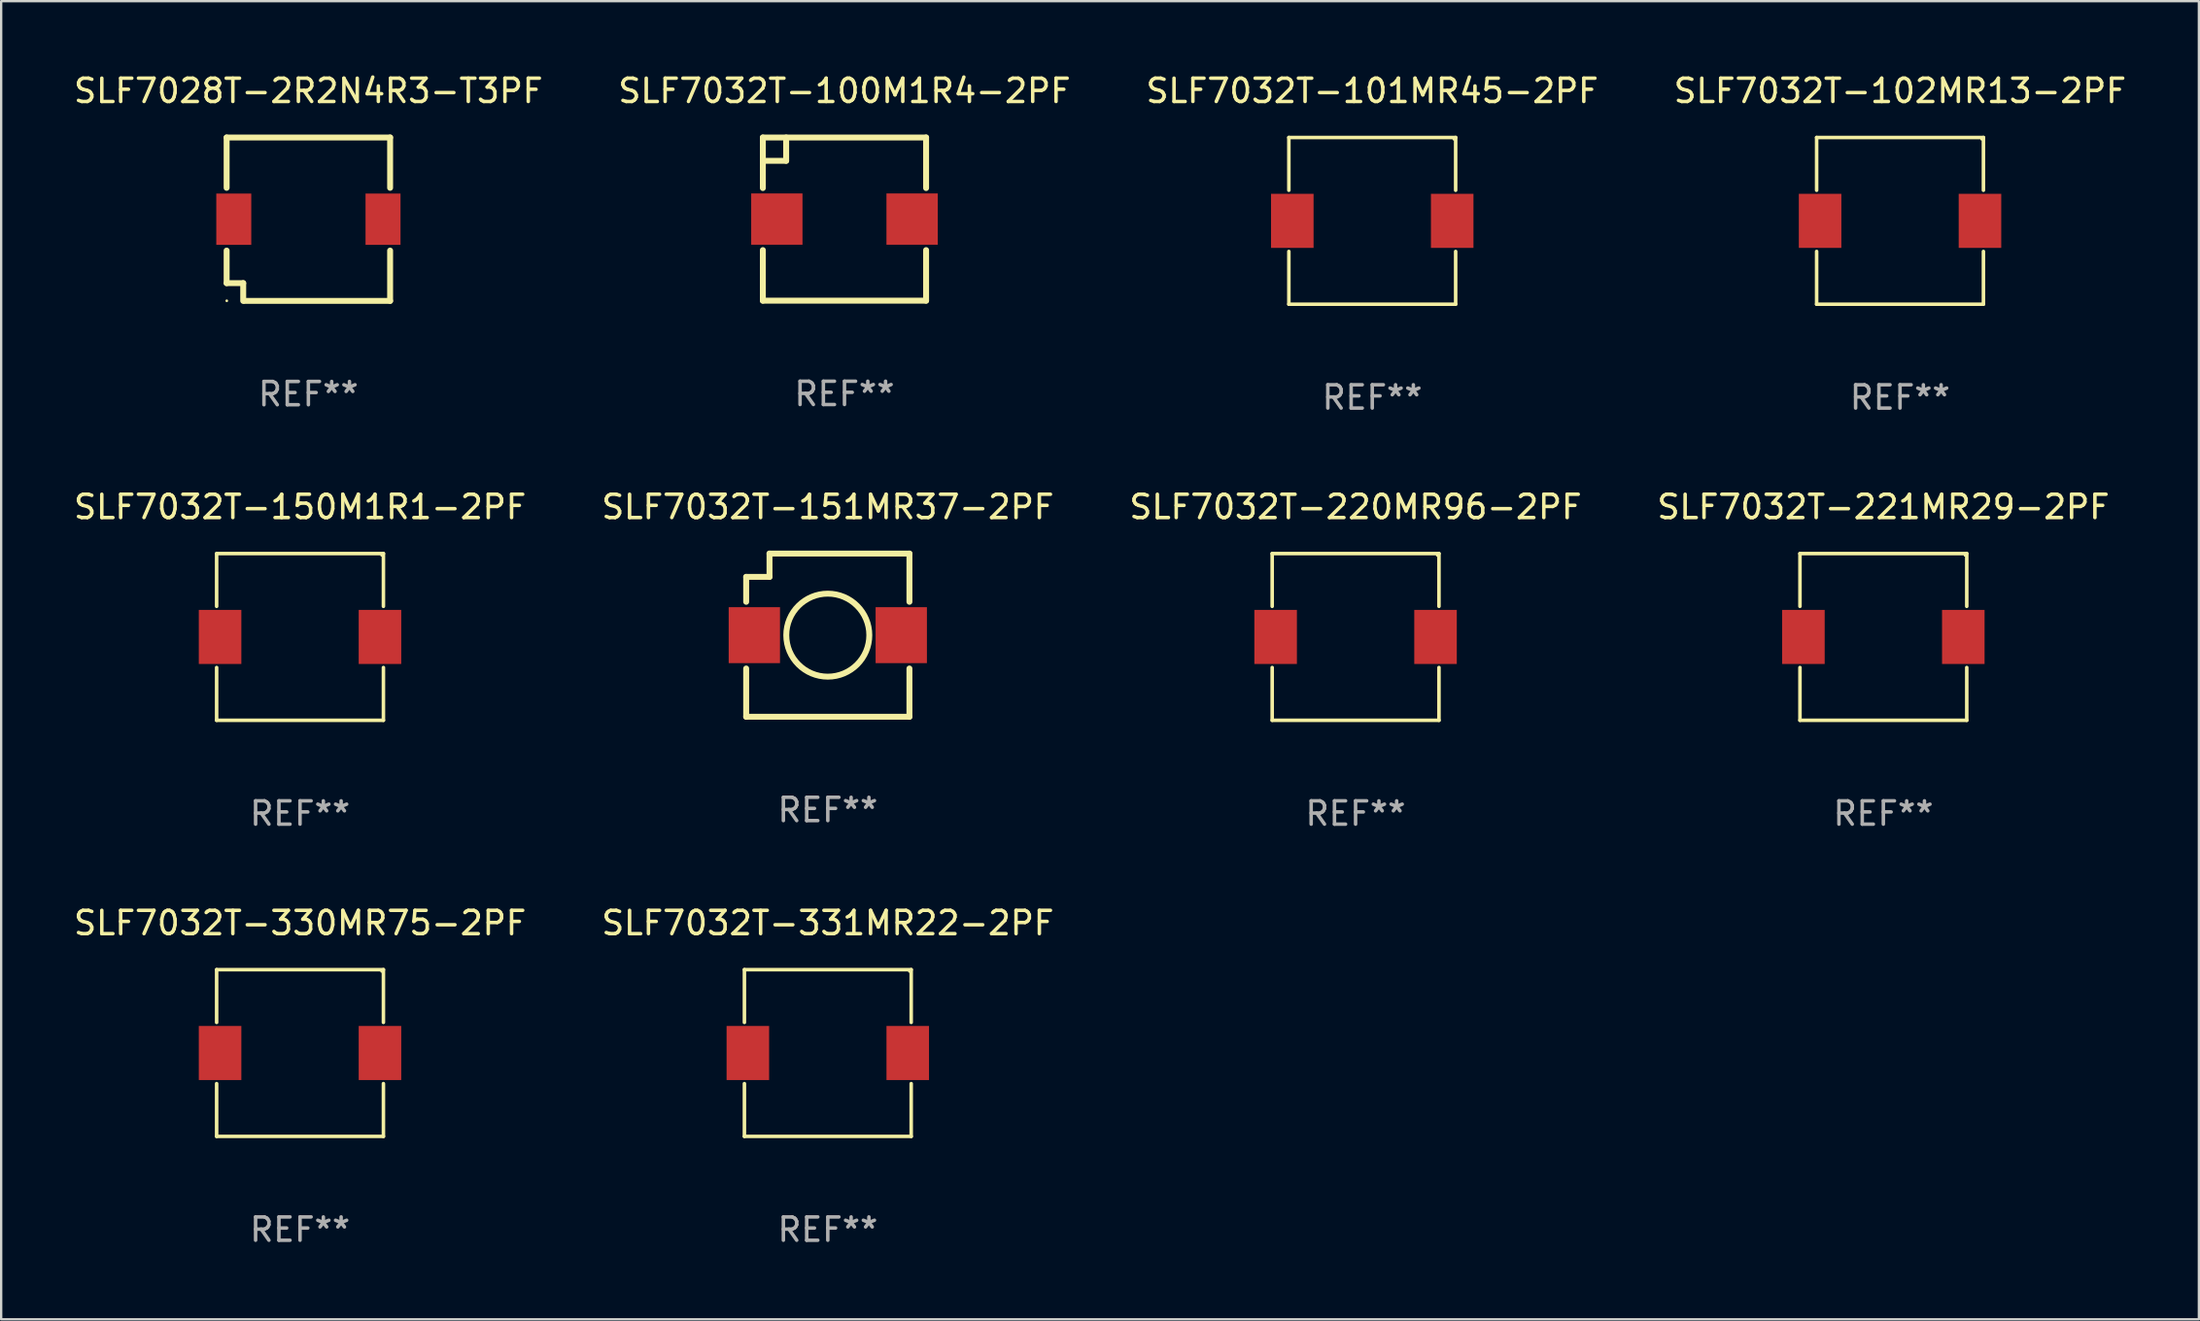
<source format=kicad_pcb>
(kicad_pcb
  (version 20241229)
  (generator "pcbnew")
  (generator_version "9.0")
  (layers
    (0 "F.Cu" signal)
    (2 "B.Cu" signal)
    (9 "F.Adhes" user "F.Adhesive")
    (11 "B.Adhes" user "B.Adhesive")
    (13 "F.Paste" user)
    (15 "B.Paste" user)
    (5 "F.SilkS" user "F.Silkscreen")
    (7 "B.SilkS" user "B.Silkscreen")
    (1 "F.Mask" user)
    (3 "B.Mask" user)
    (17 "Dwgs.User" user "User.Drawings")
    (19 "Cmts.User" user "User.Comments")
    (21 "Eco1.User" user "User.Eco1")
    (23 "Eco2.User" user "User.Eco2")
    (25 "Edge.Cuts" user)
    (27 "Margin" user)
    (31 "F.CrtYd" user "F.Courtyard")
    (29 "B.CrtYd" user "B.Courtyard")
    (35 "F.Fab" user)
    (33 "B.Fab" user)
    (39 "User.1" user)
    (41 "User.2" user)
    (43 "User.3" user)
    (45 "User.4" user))
  (footprint "SLF7032T-220MR96-2PF"
    (layer "F.Cu")
    (at 55.077 24.273)
    (property "Reference" "SLF7032T-220MR96-2PF" (at 0 -5.576 0) (layer "F.SilkS") (effects (font (size 1 1) (thickness 0.15))))
    (attr through_hole)
    (fp_line (start -3.576 -3.576) (end 3.576 -3.576) (stroke (width 0.152) (type solid)) (layer "F.SilkS"))
    (fp_line (start -3.576 -1.312) (end -3.576 -3.576) (stroke (width 0.152) (type solid)) (layer "F.SilkS"))
    (fp_line (start -3.576 1.312) (end -3.576 3.576) (stroke (width 0.152) (type solid)) (layer "F.SilkS"))
    (fp_line (start -3.576 3.576) (end 3.576 3.576) (stroke (width 0.152) (type solid)) (layer "F.SilkS"))
    (fp_line (start 3.576 -3.576) (end 3.576 -1.312) (stroke (width 0.152) (type solid)) (layer "F.SilkS"))
    (fp_line (start 3.576 3.576) (end 3.576 1.312) (stroke (width 0.152) (type solid)) (layer "F.SilkS"))
    (fp_circle (center 3.5 -3.5) (end 3.53 -3.5) (stroke (width 0.06) (type solid)) (fill no) (layer "F.SilkS"))
    (fp_text user "REF**" (at 0 7.576 0) (layer "F.Fab") (effects (font (size 1 1) (thickness 0.15))))
    (pad "1" smd rect (at 3.428 0) (size 1.824 2.32) (layers "F.Cu" "F.Mask" "F.Paste"))
    (pad "2" smd rect (at -3.428 0) (size 1.824 2.32) (layers "F.Cu" "F.Mask" "F.Paste")))
  (footprint "SLF7032T-101MR45-2PF"
    (layer "F.Cu")
    (at 55.792 6.424)
    (property "Reference" "SLF7032T-101MR45-2PF" (at 0 -5.576 0) (layer "F.SilkS") (effects (font (size 1 1) (thickness 0.15))))
    (attr through_hole)
    (fp_line (start -3.576 -3.576) (end 3.576 -3.576) (stroke (width 0.152) (type solid)) (layer "F.SilkS"))
    (fp_line (start -3.576 -1.312) (end -3.576 -3.576) (stroke (width 0.152) (type solid)) (layer "F.SilkS"))
    (fp_line (start -3.576 1.312) (end -3.576 3.576) (stroke (width 0.152) (type solid)) (layer "F.SilkS"))
    (fp_line (start -3.576 3.576) (end 3.576 3.576) (stroke (width 0.152) (type solid)) (layer "F.SilkS"))
    (fp_line (start 3.576 -3.576) (end 3.576 -1.312) (stroke (width 0.152) (type solid)) (layer "F.SilkS"))
    (fp_line (start 3.576 3.576) (end 3.576 1.312) (stroke (width 0.152) (type solid)) (layer "F.SilkS"))
    (fp_circle (center 3.5 -3.5) (end 3.53 -3.5) (stroke (width 0.06) (type solid)) (fill no) (layer "F.SilkS"))
    (fp_text user "REF**" (at 0 7.576 0) (layer "F.Fab") (effects (font (size 1 1) (thickness 0.15))))
    (pad "1" smd rect (at 3.428 0) (size 1.824 2.32) (layers "F.Cu" "F.Mask" "F.Paste"))
    (pad "2" smd rect (at -3.428 0) (size 1.824 2.32) (layers "F.Cu" "F.Mask" "F.Paste")))
  (footprint "SLF7032T-150M1R1-2PF"
    (layer "F.Cu")
    (at 9.815 24.273)
    (property "Reference" "SLF7032T-150M1R1-2PF" (at 0 -5.576 0) (layer "F.SilkS") (effects (font (size 1 1) (thickness 0.15))))
    (attr through_hole)
    (fp_line (start -3.576 -3.576) (end 3.576 -3.576) (stroke (width 0.152) (type solid)) (layer "F.SilkS"))
    (fp_line (start -3.576 -1.312) (end -3.576 -3.576) (stroke (width 0.152) (type solid)) (layer "F.SilkS"))
    (fp_line (start -3.576 1.312) (end -3.576 3.576) (stroke (width 0.152) (type solid)) (layer "F.SilkS"))
    (fp_line (start -3.576 3.576) (end 3.576 3.576) (stroke (width 0.152) (type solid)) (layer "F.SilkS"))
    (fp_line (start 3.576 -3.576) (end 3.576 -1.312) (stroke (width 0.152) (type solid)) (layer "F.SilkS"))
    (fp_line (start 3.576 3.576) (end 3.576 1.312) (stroke (width 0.152) (type solid)) (layer "F.SilkS"))
    (fp_circle (center 3.5 -3.5) (end 3.53 -3.5) (stroke (width 0.06) (type solid)) (fill no) (layer "F.SilkS"))
    (fp_text user "REF**" (at 0 7.576 0) (layer "F.Fab") (effects (font (size 1 1) (thickness 0.15))))
    (pad "1" smd rect (at 3.428 0) (size 1.824 2.32) (layers "F.Cu" "F.Mask" "F.Paste"))
    (pad "2" smd rect (at -3.428 0) (size 1.824 2.32) (layers "F.Cu" "F.Mask" "F.Paste")))
  (footprint "SLF7032T-221MR29-2PF"
    (layer "F.Cu")
    (at 77.708 24.273)
    (property "Reference" "SLF7032T-221MR29-2PF" (at 0 -5.576 0) (layer "F.SilkS") (effects (font (size 1 1) (thickness 0.15))))
    (attr through_hole)
    (fp_line (start -3.576 -3.576) (end 3.576 -3.576) (stroke (width 0.152) (type solid)) (layer "F.SilkS"))
    (fp_line (start -3.576 -1.312) (end -3.576 -3.576) (stroke (width 0.152) (type solid)) (layer "F.SilkS"))
    (fp_line (start -3.576 1.312) (end -3.576 3.576) (stroke (width 0.152) (type solid)) (layer "F.SilkS"))
    (fp_line (start -3.576 3.576) (end 3.576 3.576) (stroke (width 0.152) (type solid)) (layer "F.SilkS"))
    (fp_line (start 3.576 -3.576) (end 3.576 -1.312) (stroke (width 0.152) (type solid)) (layer "F.SilkS"))
    (fp_line (start 3.576 3.576) (end 3.576 1.312) (stroke (width 0.152) (type solid)) (layer "F.SilkS"))
    (fp_circle (center 3.5 -3.5) (end 3.53 -3.5) (stroke (width 0.06) (type solid)) (fill no) (layer "F.SilkS"))
    (fp_text user "REF**" (at 0 7.576 0) (layer "F.Fab") (effects (font (size 1 1) (thickness 0.15))))
    (pad "1" smd rect (at 3.428 0) (size 1.824 2.32) (layers "F.Cu" "F.Mask" "F.Paste"))
    (pad "2" smd rect (at -3.428 0) (size 1.824 2.32) (layers "F.Cu" "F.Mask" "F.Paste")))
  (footprint "SLF7032T-331MR22-2PF"
    (layer "F.Cu")
    (at 32.446 42.122)
    (property "Reference" "SLF7032T-331MR22-2PF" (at 0 -5.576 0) (layer "F.SilkS") (effects (font (size 1 1) (thickness 0.15))))
    (attr through_hole)
    (fp_line (start -3.576 -3.576) (end 3.576 -3.576) (stroke (width 0.152) (type solid)) (layer "F.SilkS"))
    (fp_line (start -3.576 -1.312) (end -3.576 -3.576) (stroke (width 0.152) (type solid)) (layer "F.SilkS"))
    (fp_line (start -3.576 1.312) (end -3.576 3.576) (stroke (width 0.152) (type solid)) (layer "F.SilkS"))
    (fp_line (start -3.576 3.576) (end 3.576 3.576) (stroke (width 0.152) (type solid)) (layer "F.SilkS"))
    (fp_line (start 3.576 -3.576) (end 3.576 -1.312) (stroke (width 0.152) (type solid)) (layer "F.SilkS"))
    (fp_line (start 3.576 3.576) (end 3.576 1.312) (stroke (width 0.152) (type solid)) (layer "F.SilkS"))
    (fp_circle (center 3.5 -3.5) (end 3.53 -3.5) (stroke (width 0.06) (type solid)) (fill no) (layer "F.SilkS"))
    (fp_text user "REF**" (at 0 7.576 0) (layer "F.Fab") (effects (font (size 1 1) (thickness 0.15))))
    (pad "1" smd rect (at 3.428 0) (size 1.824 2.32) (layers "F.Cu" "F.Mask" "F.Paste"))
    (pad "2" smd rect (at -3.428 0) (size 1.824 2.32) (layers "F.Cu" "F.Mask" "F.Paste")))
  (footprint "SLF7032T-330MR75-2PF"
    (layer "F.Cu")
    (at 9.815 42.122)
    (property "Reference" "SLF7032T-330MR75-2PF" (at 0 -5.576 0) (layer "F.SilkS") (effects (font (size 1 1) (thickness 0.15))))
    (attr through_hole)
    (fp_line (start -3.576 -3.576) (end 3.576 -3.576) (stroke (width 0.152) (type solid)) (layer "F.SilkS"))
    (fp_line (start -3.576 -1.312) (end -3.576 -3.576) (stroke (width 0.152) (type solid)) (layer "F.SilkS"))
    (fp_line (start -3.576 1.312) (end -3.576 3.576) (stroke (width 0.152) (type solid)) (layer "F.SilkS"))
    (fp_line (start -3.576 3.576) (end 3.576 3.576) (stroke (width 0.152) (type solid)) (layer "F.SilkS"))
    (fp_line (start 3.576 -3.576) (end 3.576 -1.312) (stroke (width 0.152) (type solid)) (layer "F.SilkS"))
    (fp_line (start 3.576 3.576) (end 3.576 1.312) (stroke (width 0.152) (type solid)) (layer "F.SilkS"))
    (fp_circle (center 3.5 -3.5) (end 3.53 -3.5) (stroke (width 0.06) (type solid)) (fill no) (layer "F.SilkS"))
    (fp_text user "REF**" (at 0 7.576 0) (layer "F.Fab") (effects (font (size 1 1) (thickness 0.15))))
    (pad "1" smd rect (at 3.428 0) (size 1.824 2.32) (layers "F.Cu" "F.Mask" "F.Paste"))
    (pad "2" smd rect (at -3.428 0) (size 1.824 2.32) (layers "F.Cu" "F.Mask" "F.Paste")))
  (footprint "SLF7032T-151MR37-2PF"
    (layer "F.Cu")
    (at 32.446 24.197)
    (property "Reference" "SLF7032T-151MR37-2PF" (at 0 -5.5 0) (layer "F.SilkS") (effects (font (size 1 1) (thickness 0.15))))
    (attr through_hole)
    (fp_line (start -3.5 -2.5) (end -3.5 -1.431) (stroke (width 0.254) (type solid)) (layer "F.SilkS"))
    (fp_line (start -3.5 1.431) (end -3.5 3.5) (stroke (width 0.254) (type solid)) (layer "F.SilkS"))
    (fp_line (start -3.5 3.5) (end 3.5 3.5) (stroke (width 0.254) (type solid)) (layer "F.SilkS"))
    (fp_line (start -2.5 -3.5) (end -2.5 -2.5) (stroke (width 0.254) (type solid)) (layer "F.SilkS"))
    (fp_line (start -2.5 -2.5) (end -3.5 -2.5) (stroke (width 0.254) (type solid)) (layer "F.SilkS"))
    (fp_line (start 3.5 -3.5) (end -2.5 -3.5) (stroke (width 0.254) (type solid)) (layer "F.SilkS"))
    (fp_line (start 3.5 -1.431) (end 3.5 -3.5) (stroke (width 0.254) (type solid)) (layer "F.SilkS"))
    (fp_line (start 3.5 3.5) (end 3.5 1.431) (stroke (width 0.254) (type solid)) (layer "F.SilkS"))
    (fp_circle (center -3.5 3.5) (end -3.47 3.5) (stroke (width 0.06) (type solid)) (fill no) (layer "F.SilkS"))
    (fp_circle (center -0.000127 0) (end 1.78 0) (stroke (width 0.254) (type solid)) (fill no) (layer "F.SilkS"))
    (fp_text user "REF**" (at 0 7.5 0) (layer "F.Fab") (effects (font (size 1 1) (thickness 0.15))))
    (pad "1" smd rect (at -3.15 0) (size 2.2 2.4) (layers "F.Cu" "F.Mask" "F.Paste"))
    (pad "2" smd rect (at 3.15 0) (size 2.2 2.4) (layers "F.Cu" "F.Mask" "F.Paste")))
  (footprint "SLF7032T-100M1R4-2PF"
    (layer "F.Cu")
    (at 33.161 6.348)
    (property "Reference" "SLF7032T-100M1R4-2PF" (at 0 -5.5 0) (layer "F.SilkS") (effects (font (size 1 1) (thickness 0.15))))
    (attr through_hole)
    (fp_line (start -3.5 -3.5) (end 3.5 -3.5) (stroke (width 0.254) (type solid)) (layer "F.SilkS"))
    (fp_line (start -3.5 -1.331) (end -3.5 -3.5) (stroke (width 0.254) (type solid)) (layer "F.SilkS"))
    (fp_line (start -3.5 3.5) (end -3.5 1.331) (stroke (width 0.254) (type solid)) (layer "F.SilkS"))
    (fp_line (start -2.5 -2.5) (end -3.5 -2.5) (stroke (width 0.254) (type solid)) (layer "F.SilkS"))
    (fp_line (start -2.5 -2.5) (end -2.5 -3.5) (stroke (width 0.254) (type solid)) (layer "F.SilkS"))
    (fp_line (start 3.5 -3.5) (end 3.5 -1.331) (stroke (width 0.254) (type solid)) (layer "F.SilkS"))
    (fp_line (start 3.5 1.331) (end 3.5 3.5) (stroke (width 0.254) (type solid)) (layer "F.SilkS"))
    (fp_line (start 3.5 3.5) (end -3.5 3.5) (stroke (width 0.254) (type solid)) (layer "F.SilkS"))
    (fp_circle (center -3.5 3.5) (end -3.47 3.5) (stroke (width 0.06) (type solid)) (fill no) (layer "F.SilkS"))
    (fp_text user "REF**" (at 0 7.5 0) (layer "F.Fab") (effects (font (size 1 1) (thickness 0.15))))
    (pad "1" smd rect (at -2.9 0 90) (size 2.2 2.2) (layers "F.Cu" "F.Mask" "F.Paste"))
    (pad "2" smd rect (at 2.9 0 90) (size 2.2 2.2) (layers "F.Cu" "F.Mask" "F.Paste")))
  (footprint "SLF7028T-2R2N4R3-T3PF"
    (layer "F.Cu")
    (at 10.173 6.353)
    (property "Reference" "SLF7028T-2R2N4R3-T3PF" (at 0 -5.505 0) (layer "F.SilkS") (effects (font (size 1 1) (thickness 0.15))))
    (attr through_hole)
    (fp_line (start -3.505 -3.505) (end 3.505 -3.505) (stroke (width 0.254) (type solid)) (layer "F.SilkS"))
    (fp_line (start -3.505 -1.346) (end -3.505 -3.505) (stroke (width 0.254) (type solid)) (layer "F.SilkS"))
    (fp_line (start -3.505 1.346) (end -3.505 2.743) (stroke (width 0.254) (type solid)) (layer "F.SilkS"))
    (fp_line (start -3.505 2.743) (end -2.794 2.743) (stroke (width 0.254) (type solid)) (layer "F.SilkS"))
    (fp_line (start -2.794 2.743) (end -2.794 3.505) (stroke (width 0.254) (type solid)) (layer "F.SilkS"))
    (fp_line (start -2.743 3.505) (end 3.505 3.505) (stroke (width 0.254) (type solid)) (layer "F.SilkS"))
    (fp_line (start 3.505 -3.505) (end 3.505 -1.346) (stroke (width 0.254) (type solid)) (layer "F.SilkS"))
    (fp_line (start 3.505 3.505) (end 3.505 1.346) (stroke (width 0.254) (type solid)) (layer "F.SilkS"))
    (fp_circle (center -3.499 3.5) (end -3.469 3.5) (stroke (width 0.06) (type solid)) (fill no) (layer "F.SilkS"))
    (fp_text user "REF**" (at 0 7.505 0) (layer "F.Fab") (effects (font (size 1 1) (thickness 0.15))))
    (pad "1" smd rect (at -3.199 0.000127 90) (size 2.2 1.5) (layers "F.Cu" "F.Mask" "F.Paste"))
    (pad "2" smd rect (at 3.201 0.000127 90) (size 2.2 1.5) (layers "F.Cu" "F.Mask" "F.Paste")))
  (footprint "SLF7032T-102MR13-2PF"
    (layer "F.Cu")
    (at 78.423 6.424)
    (property "Reference" "SLF7032T-102MR13-2PF" (at 0 -5.576 0) (layer "F.SilkS") (effects (font (size 1 1) (thickness 0.15))))
    (attr through_hole)
    (fp_line (start -3.576 -3.576) (end 3.576 -3.576) (stroke (width 0.152) (type solid)) (layer "F.SilkS"))
    (fp_line (start -3.576 -1.312) (end -3.576 -3.576) (stroke (width 0.152) (type solid)) (layer "F.SilkS"))
    (fp_line (start -3.576 1.312) (end -3.576 3.576) (stroke (width 0.152) (type solid)) (layer "F.SilkS"))
    (fp_line (start -3.576 3.576) (end 3.576 3.576) (stroke (width 0.152) (type solid)) (layer "F.SilkS"))
    (fp_line (start 3.576 -3.576) (end 3.576 -1.312) (stroke (width 0.152) (type solid)) (layer "F.SilkS"))
    (fp_line (start 3.576 3.576) (end 3.576 1.312) (stroke (width 0.152) (type solid)) (layer "F.SilkS"))
    (fp_circle (center 3.5 -3.5) (end 3.53 -3.5) (stroke (width 0.06) (type solid)) (fill no) (layer "F.SilkS"))
    (fp_text user "REF**" (at 0 7.576 0) (layer "F.Fab") (effects (font (size 1 1) (thickness 0.15))))
    (pad "1" smd rect (at 3.428 0) (size 1.824 2.32) (layers "F.Cu" "F.Mask" "F.Paste"))
    (pad "2" smd rect (at -3.428 0) (size 1.824 2.32) (layers "F.Cu" "F.Mask" "F.Paste")))
  (gr_rect
    (start -3 -3)
    (end 91.238 53.547)
    (stroke (width 0.1) (type default))
    (fill no)
    (layer "Edge.Cuts")))
</source>
